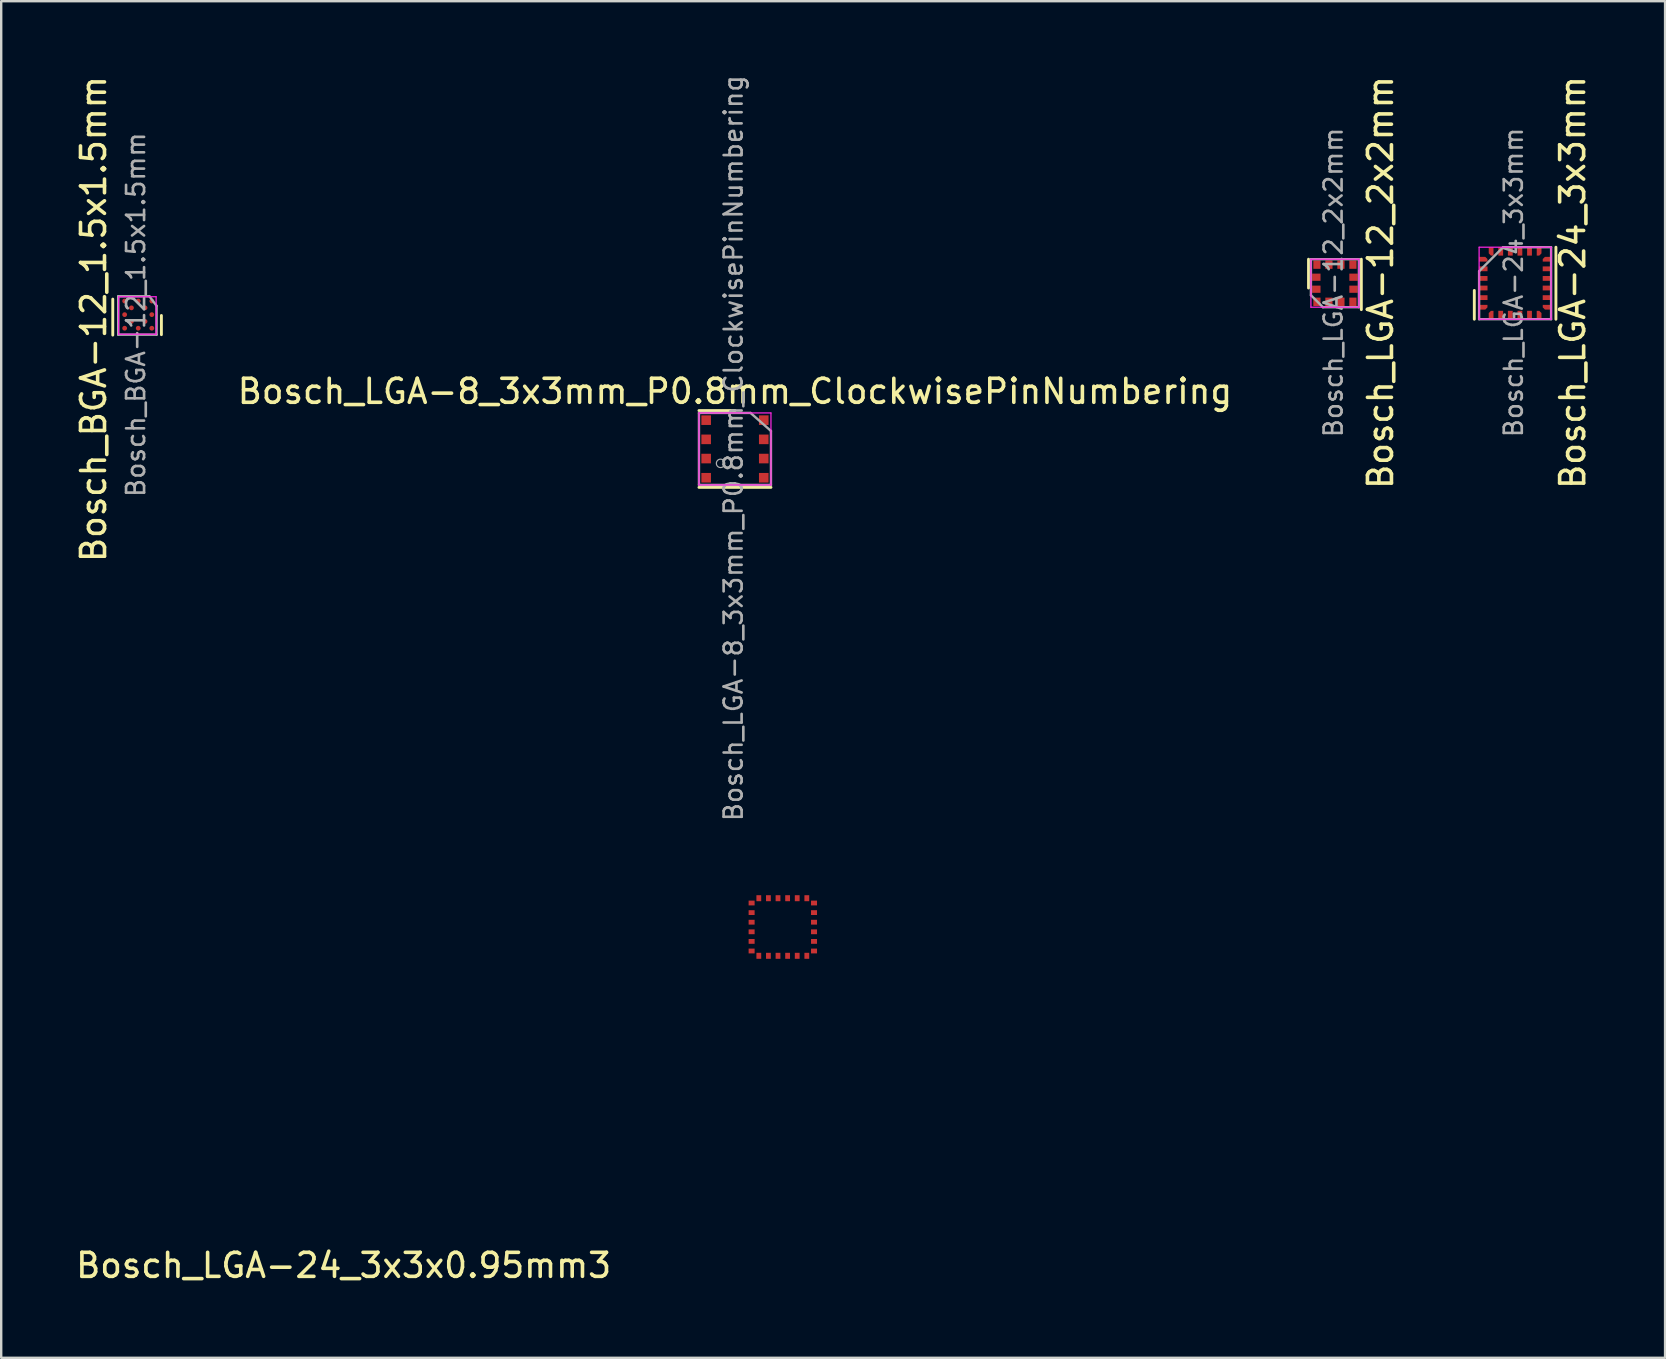
<source format=kicad_pcb>
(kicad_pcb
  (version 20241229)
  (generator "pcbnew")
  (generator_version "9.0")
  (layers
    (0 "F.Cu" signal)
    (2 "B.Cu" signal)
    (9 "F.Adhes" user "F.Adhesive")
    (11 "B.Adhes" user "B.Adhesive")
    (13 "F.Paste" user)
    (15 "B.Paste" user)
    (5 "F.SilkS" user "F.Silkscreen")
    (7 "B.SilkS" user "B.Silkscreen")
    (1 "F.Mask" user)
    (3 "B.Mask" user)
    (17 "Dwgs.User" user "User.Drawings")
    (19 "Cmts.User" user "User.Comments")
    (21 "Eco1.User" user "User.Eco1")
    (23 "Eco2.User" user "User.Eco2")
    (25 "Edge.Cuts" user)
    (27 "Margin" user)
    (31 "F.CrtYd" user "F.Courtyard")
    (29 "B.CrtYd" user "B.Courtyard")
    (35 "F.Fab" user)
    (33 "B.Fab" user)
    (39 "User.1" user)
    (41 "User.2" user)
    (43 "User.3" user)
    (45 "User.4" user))
  (footprint "Bosch_LGA-24_3x3mm"
    (layer "F.Cu")
    (at 60.081 8.751)
    (property "Reference" "Bosch_LGA-24_3x3mm" (at 2.4 -0.031 270) (layer "F.SilkS") (effects (font (size 1 1) (thickness 0.15))))
    (attr smd)
    (fp_line (start -1.7 0.3) (end -1.7 1.5) (stroke (width 0.12) (type solid)) (layer "F.SilkS"))
    (fp_line (start 1.7 -1.5) (end 1.7 1.5) (stroke (width 0.12) (type solid)) (layer "F.SilkS"))
    (fp_line (start -1.5 -1.5) (end -1.5 1.5) (stroke (width 0.05) (type solid)) (layer "F.CrtYd"))
    (fp_line (start -1.5 1.5) (end 1.5 1.5) (stroke (width 0.05) (type solid)) (layer "F.CrtYd"))
    (fp_line (start 1.5 -1.5) (end -1.5 -1.5) (stroke (width 0.05) (type solid)) (layer "F.CrtYd"))
    (fp_line (start 1.5 1.5) (end 1.5 -1.5) (stroke (width 0.05) (type solid)) (layer "F.CrtYd"))
    (fp_line (start -1.5 -0.5) (end -0.5 -1.5) (stroke (width 0.1) (type solid)) (layer "F.Fab"))
    (fp_line (start -1.5 1.5) (end -1.5 -0.5) (stroke (width 0.1) (type solid)) (layer "F.Fab"))
    (fp_line (start -0.5 -1.5) (end 1.5 -1.5) (stroke (width 0.1) (type solid)) (layer "F.Fab"))
    (fp_line (start 1.5 -1.5) (end 1.5 1.5) (stroke (width 0.1) (type solid)) (layer "F.Fab"))
    (fp_line (start 1.5 1.5) (end -1.5 1.5) (stroke (width 0.1) (type solid)) (layer "F.Fab"))
    (fp_text user "${REFERENCE}" (at -0.064 -0.031 270) (layer "F.Fab") (effects (font (size 0.75 0.75) (thickness 0.11))))
    (pad "1" smd custom (at -1.325 -1 270) (size 0.19 0.07) (layers "F.Cu" "F.Mask" "F.Paste") (options (anchor rect)) (primitives (gr_poly (pts (xy 0.099 -0.173) (xy 0.099 0.173) (xy -0.099 0.173) (xy -0.099 -0.082) (xy -0.008 -0.173)) (width 0) (fill yes))))
    (pad "2" smd rect (at -1.325 -0.6) (size 0.35 0.2) (layers "F.Cu" "F.Mask" "F.Paste"))
    (pad "3" smd rect (at -1.325 -0.2) (size 0.35 0.2) (layers "F.Cu" "F.Mask" "F.Paste"))
    (pad "4" smd rect (at -1.325 0.2) (size 0.35 0.2) (layers "F.Cu" "F.Mask" "F.Paste"))
    (pad "5" smd rect (at -1.325 0.6) (size 0.35 0.2) (layers "F.Cu" "F.Mask" "F.Paste"))
    (pad "6" smd custom (at -1.325 1 270) (size 0.19 0.07) (layers "F.Cu" "F.Mask" "F.Paste") (options (anchor rect)) (primitives (gr_poly (pts (xy -0.099 -0.173) (xy -0.099 0.173) (xy 0.099 0.173) (xy 0.099 -0.082) (xy 0.008 -0.173)) (width 0) (fill yes))))
    (pad "7" smd custom (at -1 1.325) (size 0.19 0.07) (layers "F.Cu" "F.Mask" "F.Paste") (options (anchor rect)) (primitives (gr_poly (pts (xy 0.099 -0.173) (xy 0.099 0.173) (xy -0.099 0.173) (xy -0.099 -0.082) (xy -0.008 -0.173)) (width 0) (fill yes))))
    (pad "8" smd rect (at -0.6 1.325 270) (size 0.35 0.2) (layers "F.Cu" "F.Mask" "F.Paste"))
    (pad "9" smd rect (at -0.2 1.325 270) (size 0.35 0.2) (layers "F.Cu" "F.Mask" "F.Paste"))
    (pad "10" smd rect (at 0.2 1.325 270) (size 0.35 0.2) (layers "F.Cu" "F.Mask" "F.Paste"))
    (pad "11" smd rect (at 0.6 1.325 270) (size 0.35 0.2) (layers "F.Cu" "F.Mask" "F.Paste"))
    (pad "12" smd custom (at 1 1.325) (size 0.19 0.07) (layers "F.Cu" "F.Mask" "F.Paste") (options (anchor rect)) (primitives (gr_poly (pts (xy -0.099 -0.173) (xy -0.099 0.173) (xy 0.099 0.173) (xy 0.099 -0.082) (xy 0.008 -0.173)) (width 0) (fill yes))))
    (pad "13" smd custom (at 1.325 1 90) (size 0.19 0.07) (layers "F.Cu" "F.Mask" "F.Paste") (options (anchor rect)) (primitives (gr_poly (pts (xy 0.099 -0.173) (xy 0.099 0.173) (xy -0.099 0.173) (xy -0.099 -0.082) (xy -0.008 -0.173)) (width 0) (fill yes))))
    (pad "14" smd rect (at 1.325 0.6) (size 0.35 0.2) (layers "F.Cu" "F.Mask" "F.Paste"))
    (pad "15" smd rect (at 1.325 0.2) (size 0.35 0.2) (layers "F.Cu" "F.Mask" "F.Paste"))
    (pad "16" smd rect (at 1.325 -0.2) (size 0.35 0.2) (layers "F.Cu" "F.Mask" "F.Paste"))
    (pad "17" smd rect (at 1.325 -0.6) (size 0.35 0.2) (layers "F.Cu" "F.Mask" "F.Paste"))
    (pad "18" smd custom (at 1.325 -1 90) (size 0.19 0.07) (layers "F.Cu" "F.Mask" "F.Paste") (options (anchor rect)) (primitives (gr_poly (pts (xy -0.099 -0.173) (xy -0.099 0.173) (xy 0.099 0.173) (xy 0.099 -0.082) (xy 0.008 -0.173)) (width 0) (fill yes))))
    (pad "19" smd custom (at 1 -1.325 180) (size 0.19 0.07) (layers "F.Cu" "F.Mask" "F.Paste") (options (anchor rect)) (primitives (gr_poly (pts (xy 0.099 -0.173) (xy 0.099 0.173) (xy -0.099 0.173) (xy -0.099 -0.082) (xy -0.008 -0.173)) (width 0) (fill yes))))
    (pad "20" smd rect (at 0.6 -1.325 270) (size 0.35 0.2) (layers "F.Cu" "F.Mask" "F.Paste"))
    (pad "21" smd rect (at 0.2 -1.325 270) (size 0.35 0.2) (layers "F.Cu" "F.Mask" "F.Paste"))
    (pad "22" smd rect (at -0.2 -1.325 270) (size 0.35 0.2) (layers "F.Cu" "F.Mask" "F.Paste"))
    (pad "23" smd rect (at -0.6 -1.325 270) (size 0.35 0.2) (layers "F.Cu" "F.Mask" "F.Paste"))
    (pad "24" smd custom (at -1 -1.325 180) (size 0.19 0.07) (layers "F.Cu" "F.Mask" "F.Paste") (options (anchor rect)) (primitives (gr_poly (pts (xy -0.099 -0.173) (xy -0.099 0.173) (xy 0.099 0.173) (xy 0.099 -0.082) (xy 0.008 -0.173)) (width 0) (fill yes)))))
  (footprint "Bosch_LGA-8_3x3mm_P0.8mm_ClockwisePinNumbering"
    (layer "F.Cu")
    (at 27.574 15.657)
    (property "Reference" "Bosch_LGA-8_3x3mm_P0.8mm_ClockwisePinNumbering" (at 0 -2.4 0) (layer "F.SilkS") (effects (font (size 1 1) (thickness 0.15))))
    (attr smd)
    (fp_line (start 0 -1.6) (end -1.5 -1.6) (stroke (width 0.12) (type solid)) (layer "F.SilkS"))
    (fp_line (start 1.5 1.6) (end -1.5 1.6) (stroke (width 0.12) (type solid)) (layer "F.SilkS"))
    (fp_line (start -1.5 -1.5) (end -1.5 1.5) (stroke (width 0.05) (type solid)) (layer "F.CrtYd"))
    (fp_line (start -1.5 1.5) (end 1.5 1.5) (stroke (width 0.05) (type solid)) (layer "F.CrtYd"))
    (fp_line (start 1.5 -1.5) (end -1.5 -1.5) (stroke (width 0.05) (type solid)) (layer "F.CrtYd"))
    (fp_line (start 1.5 1.5) (end 1.5 -1.5) (stroke (width 0.05) (type solid)) (layer "F.CrtYd"))
    (fp_line (start -1.5 -1.5) (end 0.65 -1.5) (stroke (width 0.1) (type solid)) (layer "F.Fab"))
    (fp_line (start -1.5 1.5) (end -1.5 -1.5) (stroke (width 0.1) (type solid)) (layer "F.Fab"))
    (fp_line (start 0.65 -1.5) (end 1.5 -0.75) (stroke (width 0.1) (type solid)) (layer "F.Fab"))
    (fp_line (start 1.5 -0.75) (end 1.5 1.5) (stroke (width 0.1) (type solid)) (layer "F.Fab"))
    (fp_line (start 1.5 1.5) (end -1.5 1.5) (stroke (width 0.1) (type solid)) (layer "F.Fab"))
    (fp_circle (center -0.6 0.6) (end -0.425 0.6) (stroke (width 0.05) (type solid)) (fill no) (layer "F.Fab"))
    (fp_text user "${REFERENCE}" (at -0.064 -0.031 270) (layer "F.Fab") (effects (font (size 0.75 0.75) (thickness 0.11))))
    (pad "1" smd rect (at 1.2 -1.2 270) (size 0.4 0.4) (layers "F.Cu" "F.Mask" "F.Paste"))
    (pad "2" smd rect (at 1.2 -0.4 270) (size 0.4 0.4) (layers "F.Cu" "F.Mask" "F.Paste"))
    (pad "3" smd rect (at 1.2 0.4 270) (size 0.4 0.4) (layers "F.Cu" "F.Mask" "F.Paste"))
    (pad "4" smd rect (at 1.2 1.2 270) (size 0.4 0.4) (layers "F.Cu" "F.Mask" "F.Paste"))
    (pad "5" smd rect (at -1.2 1.2 270) (size 0.4 0.4) (layers "F.Cu" "F.Mask" "F.Paste"))
    (pad "6" smd rect (at -1.2 0.4 270) (size 0.4 0.4) (layers "F.Cu" "F.Mask" "F.Paste"))
    (pad "7" smd rect (at -1.2 -0.4 270) (size 0.4 0.4) (layers "F.Cu" "F.Mask" "F.Paste"))
    (pad "8" smd rect (at -1.2 -1.2 270) (size 0.4 0.4) (layers "F.Cu" "F.Mask" "F.Paste")))
  (footprint "Bosch_LGA-12_2x2mm"
    (layer "F.Cu")
    (at 52.573 8.751)
    (property "Reference" "Bosch_LGA-12_2x2mm" (at 1.9 -0.031 270) (layer "F.SilkS") (effects (font (size 1 1) (thickness 0.15))))
    (attr smd)
    (fp_line (start -1.1 -1) (end -1.1 0.2) (stroke (width 0.12) (type solid)) (layer "F.SilkS"))
    (fp_line (start 1.1 -1) (end 1.1 1.1) (stroke (width 0.12) (type solid)) (layer "F.SilkS"))
    (fp_line (start -1 -1) (end -1 1) (stroke (width 0.05) (type solid)) (layer "F.CrtYd"))
    (fp_line (start -1 1) (end 1 1) (stroke (width 0.05) (type solid)) (layer "F.CrtYd"))
    (fp_line (start 1 -1) (end -1 -1) (stroke (width 0.05) (type solid)) (layer "F.CrtYd"))
    (fp_line (start 1 1) (end 1 -1) (stroke (width 0.05) (type solid)) (layer "F.CrtYd"))
    (fp_line (start -1 -1) (end 1 -1) (stroke (width 0.1) (type solid)) (layer "F.Fab"))
    (fp_line (start -1 0.5) (end -1 -1) (stroke (width 0.1) (type solid)) (layer "F.Fab"))
    (fp_line (start -0.5 1) (end -1 0.5) (stroke (width 0.1) (type solid)) (layer "F.Fab"))
    (fp_line (start 1 -1) (end 1 1) (stroke (width 0.1) (type solid)) (layer "F.Fab"))
    (fp_line (start 1 1) (end -0.5 1) (stroke (width 0.1) (type solid)) (layer "F.Fab"))
    (fp_text user "${REFERENCE}" (at -0.064 -0.031 270) (layer "F.Fab") (effects (font (size 0.75 0.75) (thickness 0.11))))
    (pad "1" smd rect (at -0.75 0.775) (size 0.3 0.35) (layers "F.Cu" "F.Mask" "F.Paste"))
    (pad "2" smd rect (at -0.25 0.775) (size 0.3 0.35) (layers "F.Cu" "F.Mask" "F.Paste"))
    (pad "3" smd rect (at 0.25 0.775) (size 0.3 0.35) (layers "F.Cu" "F.Mask" "F.Paste"))
    (pad "4" smd rect (at 0.75 0.775) (size 0.3 0.35) (layers "F.Cu" "F.Mask" "F.Paste"))
    (pad "5" smd rect (at 0.775 0.25 270) (size 0.3 0.35) (layers "F.Cu" "F.Mask" "F.Paste"))
    (pad "6" smd rect (at 0.775 -0.25 270) (size 0.3 0.35) (layers "F.Cu" "F.Mask" "F.Paste"))
    (pad "7" smd rect (at 0.75 -0.775) (size 0.3 0.35) (layers "F.Cu" "F.Mask" "F.Paste"))
    (pad "8" smd rect (at 0.25 -0.775) (size 0.3 0.35) (layers "F.Cu" "F.Mask" "F.Paste"))
    (pad "9" smd rect (at -0.25 -0.775) (size 0.3 0.35) (layers "F.Cu" "F.Mask" "F.Paste"))
    (pad "10" smd rect (at -0.75 -0.775) (size 0.3 0.35) (layers "F.Cu" "F.Mask" "F.Paste"))
    (pad "11" smd rect (at -0.775 -0.25 270) (size 0.3 0.35) (layers "F.Cu" "F.Mask" "F.Paste"))
    (pad "12" smd rect (at -0.775 0.25 270) (size 0.3 0.35) (layers "F.Cu" "F.Mask" "F.Paste")))
  (footprint "Bosch_LGA-24_3x3x0.95mm3"
    (layer "F.Cu")
    (at 29.568 36.276)
    (property "Reference" "Bosch_LGA-24_3x3x0.95mm3" (at -18.3 13.4 0) (layer "F.SilkS") (effects (font (size 1 1) (thickness 0.15))))
    (attr through_hole)
    (pad "1" smd rect (at -0.6 -1.9) (size 0.2 0.25) (layers "F.Cu" "F.Mask" "F.Paste"))
    (pad "2" smd rect (at -0.2 -1.9) (size 0.2 0.25) (layers "F.Cu" "F.Mask" "F.Paste"))
    (pad "3" smd rect (at 0.2 -1.9) (size 0.2 0.25) (layers "F.Cu" "F.Mask" "F.Paste"))
    (pad "4" smd rect (at 0.6 -1.9) (size 0.2 0.25) (layers "F.Cu" "F.Mask" "F.Paste"))
    (pad "5" smd rect (at 1.3 -1.3 90) (size 0.2 0.25) (layers "F.Cu" "F.Mask" "F.Paste"))
    (pad "6" smd rect (at 1.3 -0.9 90) (size 0.2 0.25) (layers "F.Cu" "F.Mask" "F.Paste"))
    (pad "7" smd rect (at 1.3 -0.5 90) (size 0.2 0.25) (layers "F.Cu" "F.Mask" "F.Paste"))
    (pad "8" smd rect (at 1.3 -0.1 90) (size 0.2 0.25) (layers "F.Cu" "F.Mask" "F.Paste"))
    (pad "9" smd rect (at -1.3 -1.3 90) (size 0.2 0.25) (layers "F.Cu" "F.Mask" "F.Paste"))
    (pad "10" smd rect (at -1.3 -0.9 90) (size 0.2 0.25) (layers "F.Cu" "F.Mask" "F.Paste"))
    (pad "11" smd rect (at -1.3 -0.5 90) (size 0.2 0.25) (layers "F.Cu" "F.Mask" "F.Paste"))
    (pad "12" smd rect (at -1.3 -0.1 90) (size 0.2 0.25) (layers "F.Cu" "F.Mask" "F.Paste"))
    (pad "13" smd rect (at -0.6 0.5) (size 0.2 0.25) (layers "F.Cu" "F.Mask" "F.Paste"))
    (pad "14" smd rect (at -0.2 0.5) (size 0.2 0.25) (layers "F.Cu" "F.Mask" "F.Paste"))
    (pad "15" smd rect (at 0.2 0.5) (size 0.2 0.25) (layers "F.Cu" "F.Mask" "F.Paste"))
    (pad "16" smd rect (at 0.6 0.5) (size 0.2 0.25) (layers "F.Cu" "F.Mask" "F.Paste"))
    (pad "17" smd rect (at 1 -1.9) (size 0.2 0.25) (layers "F.Cu" "F.Mask" "F.Paste"))
    (pad "18" smd rect (at -1 -1.9) (size 0.2 0.25) (layers "F.Cu" "F.Mask" "F.Paste"))
    (pad "19" smd rect (at -1 0.5) (size 0.2 0.25) (layers "F.Cu" "F.Mask" "F.Paste"))
    (pad "20" smd rect (at 1 0.5) (size 0.2 0.25) (layers "F.Cu" "F.Mask" "F.Paste"))
    (pad "21" smd rect (at 1.3 -1.7 90) (size 0.2 0.25) (layers "F.Cu" "F.Mask" "F.Paste"))
    (pad "22" smd rect (at -1.3 -1.7 90) (size 0.2 0.25) (layers "F.Cu" "F.Mask" "F.Paste"))
    (pad "23" smd rect (at -1.3 0.3 90) (size 0.2 0.25) (layers "F.Cu" "F.Mask" "F.Paste"))
    (pad "24" smd rect (at 1.3 0.3 90) (size 0.2 0.25) (layers "F.Cu" "F.Mask" "F.Paste")))
  (footprint "Bosch_BGA-12_1.5x1.5mm"
    (layer "F.Cu")
    (at 2.675 10.095)
    (property "Reference" "Bosch_BGA-12_1.5x1.5mm" (at -1.826 0.149 90) (layer "F.SilkS") (effects (font (size 1 1) (thickness 0.15))))
    (attr smd)
    (fp_line (start -1.026 0.818) (end -1.026 -0.682) (stroke (width 0.12) (type solid)) (layer "F.SilkS"))
    (fp_line (start 1 0) (end 1 0.8) (stroke (width 0.12) (type solid)) (layer "F.SilkS"))
    (fp_line (start -0.78 -0.78) (end -0.78 0.78) (stroke (width 0.05) (type solid)) (layer "F.CrtYd"))
    (fp_line (start -0.78 0.78) (end 0.78 0.78) (stroke (width 0.05) (type solid)) (layer "F.CrtYd"))
    (fp_line (start 0.78 -0.78) (end -0.78 -0.78) (stroke (width 0.05) (type solid)) (layer "F.CrtYd"))
    (fp_line (start 0.78 0.78) (end 0.78 -0.78) (stroke (width 0.05) (type solid)) (layer "F.CrtYd"))
    (fp_line (start -0.8 -0.8) (end 0.5 -0.8) (stroke (width 0.1) (type solid)) (layer "F.Fab"))
    (fp_line (start -0.8 0.8) (end -0.8 -0.8) (stroke (width 0.1) (type solid)) (layer "F.Fab"))
    (fp_line (start 0.5 -0.8) (end 0.8 -0.4) (stroke (width 0.1) (type solid)) (layer "F.Fab"))
    (fp_line (start 0.8 -0.4) (end 0.8 0.8) (stroke (width 0.1) (type solid)) (layer "F.Fab"))
    (fp_line (start 0.8 0.8) (end -0.8 0.8) (stroke (width 0.1) (type solid)) (layer "F.Fab"))
    (fp_text user "${REFERENCE}" (at -0.064 -0.031 270) (layer "F.Fab") (effects (font (size 0.75 0.75) (thickness 0.11))))
    (pad "A1" smd circle (at 0.601 -0.601) (size 0.2 0.2) (layers "F.Cu" "F.Mask" "F.Paste"))
    (pad "A3" smd circle (at 0.601 -0.035 270) (size 0.2 0.2) (layers "F.Cu" "F.Mask" "F.Paste"))
    (pad "A5" smd circle (at 0.601 0.531) (size 0.2 0.2) (layers "F.Cu" "F.Mask" "F.Paste"))
    (pad "B2" smd circle (at 0.318 -0.318 270) (size 0.2 0.2) (layers "F.Cu" "F.Mask" "F.Paste"))
    (pad "B4" smd circle (at 0.318 0.248) (size 0.2 0.2) (layers "F.Cu" "F.Mask" "F.Paste"))
    (pad "C1" smd circle (at 0.035 -0.601) (size 0.2 0.2) (layers "F.Cu" "F.Mask" "F.Paste"))
    (pad "C5" smd circle (at 0.035 0.531) (size 0.2 0.2) (layers "F.Cu" "F.Mask" "F.Paste"))
    (pad "D2" smd circle (at -0.248 -0.318) (size 0.2 0.2) (layers "F.Cu" "F.Mask" "F.Paste"))
    (pad "D4" smd circle (at -0.248 0.248 270) (size 0.2 0.2) (layers "F.Cu" "F.Mask" "F.Paste"))
    (pad "E1" smd circle (at -0.531 -0.601) (size 0.2 0.2) (layers "F.Cu" "F.Mask" "F.Paste"))
    (pad "E3" smd circle (at -0.531 -0.035 270) (size 0.2 0.2) (layers "F.Cu" "F.Mask" "F.Paste"))
    (pad "E5" smd circle (at -0.531 0.531) (size 0.2 0.2) (layers "F.Cu" "F.Mask" "F.Paste")))
  (gr_rect
    (start -3 -3)
    (end 66.33 53.525)
    (stroke (width 0.1) (type default))
    (fill no)
    (layer "Edge.Cuts")))
</source>
